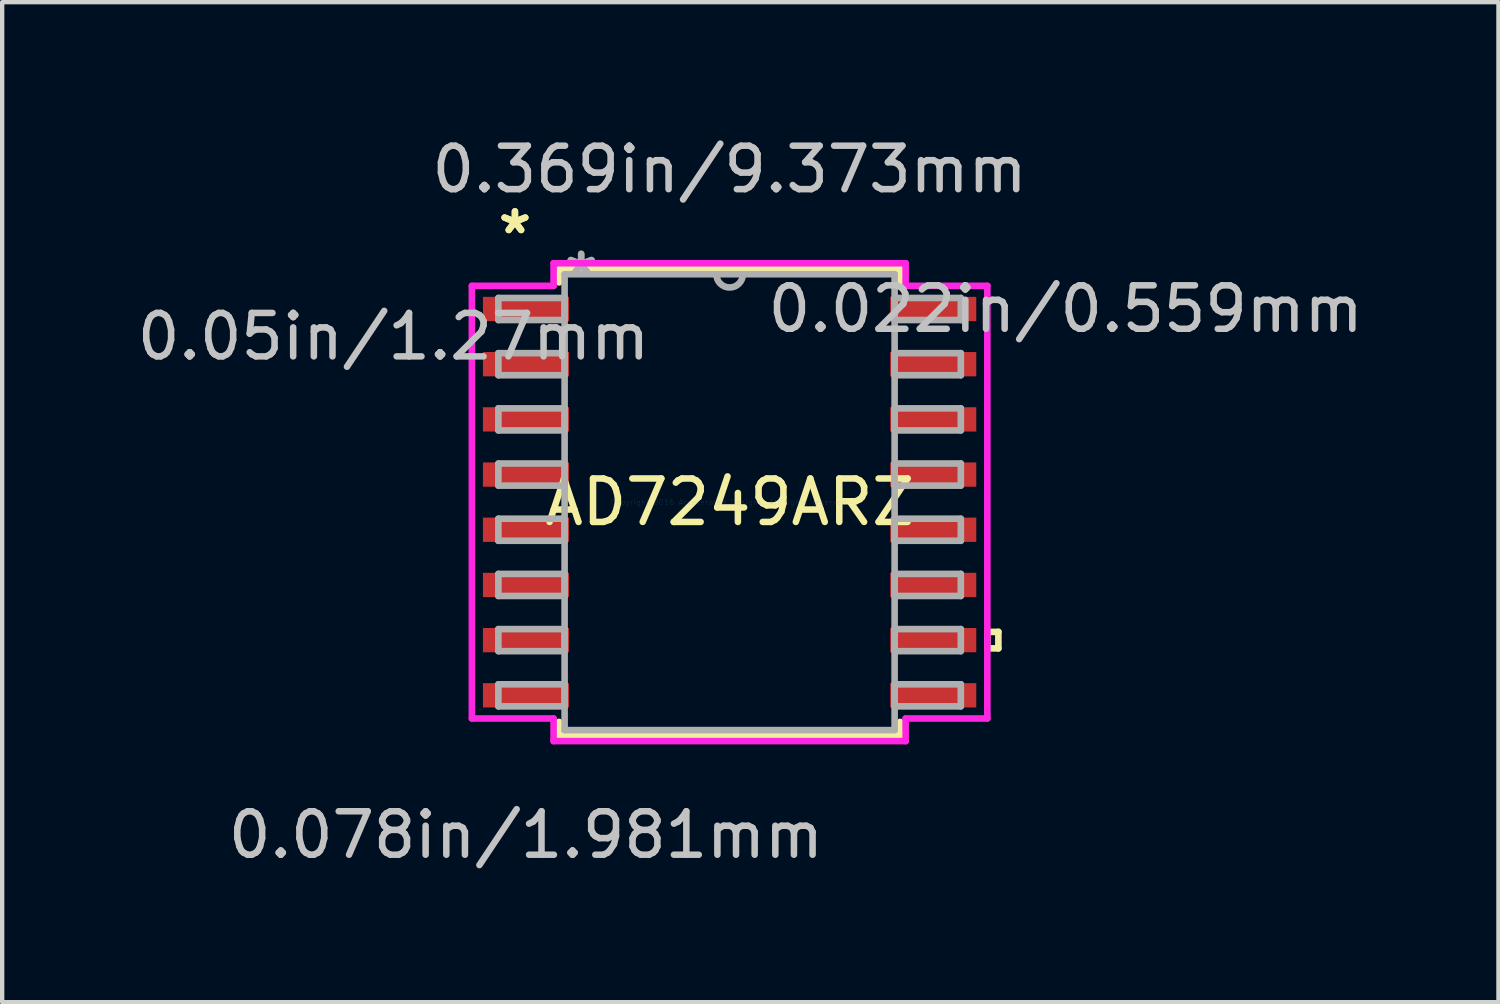
<source format=kicad_pcb>
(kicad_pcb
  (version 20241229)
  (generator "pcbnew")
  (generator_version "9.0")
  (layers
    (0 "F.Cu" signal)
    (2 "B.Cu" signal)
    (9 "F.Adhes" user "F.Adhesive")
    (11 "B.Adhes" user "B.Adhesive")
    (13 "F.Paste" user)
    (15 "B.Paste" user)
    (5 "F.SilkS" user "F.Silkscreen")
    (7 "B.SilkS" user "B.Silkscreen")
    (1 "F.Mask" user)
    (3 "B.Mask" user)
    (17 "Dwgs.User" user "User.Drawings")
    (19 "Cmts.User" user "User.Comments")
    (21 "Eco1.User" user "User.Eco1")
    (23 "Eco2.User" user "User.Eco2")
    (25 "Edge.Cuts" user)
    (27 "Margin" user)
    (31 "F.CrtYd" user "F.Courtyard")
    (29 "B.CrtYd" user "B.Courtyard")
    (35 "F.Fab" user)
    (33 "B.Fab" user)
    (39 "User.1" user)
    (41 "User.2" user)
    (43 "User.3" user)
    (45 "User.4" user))
  (footprint "AD7249ARZ"
    (layer "F.Cu")
    (at 13.74 8.506)
    (property "Reference" "AD7249ARZ" (at 0 0 0) (layer "F.SilkS") (effects (font (size 1 1) (thickness 0.15))))
    (attr through_hole)
    (fp_line (start -3.924 -5.372) (end -3.924 -5.057) (stroke (width 0.152) (type solid)) (layer "F.SilkS"))
    (fp_line (start -3.924 5.057) (end -3.924 5.372) (stroke (width 0.152) (type solid)) (layer "F.SilkS"))
    (fp_line (start -3.924 5.372) (end 3.924 5.372) (stroke (width 0.152) (type solid)) (layer "F.SilkS"))
    (fp_line (start 3.924 -5.372) (end -3.924 -5.372) (stroke (width 0.152) (type solid)) (layer "F.SilkS"))
    (fp_line (start 3.924 -5.057) (end 3.924 -5.372) (stroke (width 0.152) (type solid)) (layer "F.SilkS"))
    (fp_line (start 3.924 5.372) (end 3.924 5.057) (stroke (width 0.152) (type solid)) (layer "F.SilkS"))
    (fp_line (start 5.931 2.985) (end 6.185 2.985) (stroke (width 0.152) (type solid)) (layer "F.SilkS"))
    (fp_line (start 5.931 3.365) (end 5.931 2.985) (stroke (width 0.152) (type solid)) (layer "F.SilkS"))
    (fp_line (start 6.185 2.985) (end 6.185 3.365) (stroke (width 0.152) (type solid)) (layer "F.SilkS"))
    (fp_line (start 6.185 3.365) (end 5.931 3.365) (stroke (width 0.152) (type solid)) (layer "F.SilkS"))
    (fp_line (start -5.931 -4.978) (end -4.051 -4.978) (stroke (width 0.152) (type solid)) (layer "F.CrtYd"))
    (fp_line (start -5.931 4.978) (end -5.931 -4.978) (stroke (width 0.152) (type solid)) (layer "F.CrtYd"))
    (fp_line (start -4.051 -5.499) (end 4.051 -5.499) (stroke (width 0.152) (type solid)) (layer "F.CrtYd"))
    (fp_line (start -4.051 -4.978) (end -4.051 -5.499) (stroke (width 0.152) (type solid)) (layer "F.CrtYd"))
    (fp_line (start -4.051 4.978) (end -5.931 4.978) (stroke (width 0.152) (type solid)) (layer "F.CrtYd"))
    (fp_line (start -4.051 5.499) (end -4.051 4.978) (stroke (width 0.152) (type solid)) (layer "F.CrtYd"))
    (fp_line (start 4.051 -5.499) (end 4.051 -4.978) (stroke (width 0.152) (type solid)) (layer "F.CrtYd"))
    (fp_line (start 4.051 -4.978) (end 5.931 -4.978) (stroke (width 0.152) (type solid)) (layer "F.CrtYd"))
    (fp_line (start 4.051 4.978) (end 4.051 5.499) (stroke (width 0.152) (type solid)) (layer "F.CrtYd"))
    (fp_line (start 4.051 5.499) (end -4.051 5.499) (stroke (width 0.152) (type solid)) (layer "F.CrtYd"))
    (fp_line (start 5.931 -4.978) (end 5.931 4.978) (stroke (width 0.152) (type solid)) (layer "F.CrtYd"))
    (fp_line (start 5.931 4.978) (end 4.051 4.978) (stroke (width 0.152) (type solid)) (layer "F.CrtYd"))
    (fp_line (start -5.321 -4.699) (end -5.321 -4.191) (stroke (width 0.152) (type solid)) (layer "F.Fab"))
    (fp_line (start -5.321 -4.191) (end -3.797 -4.191) (stroke (width 0.152) (type solid)) (layer "F.Fab"))
    (fp_line (start -5.321 -3.429) (end -5.321 -2.921) (stroke (width 0.152) (type solid)) (layer "F.Fab"))
    (fp_line (start -5.321 -2.921) (end -3.797 -2.921) (stroke (width 0.152) (type solid)) (layer "F.Fab"))
    (fp_line (start -5.321 -2.159) (end -5.321 -1.651) (stroke (width 0.152) (type solid)) (layer "F.Fab"))
    (fp_line (start -5.321 -1.651) (end -3.797 -1.651) (stroke (width 0.152) (type solid)) (layer "F.Fab"))
    (fp_line (start -5.321 -0.889) (end -5.321 -0.381) (stroke (width 0.152) (type solid)) (layer "F.Fab"))
    (fp_line (start -5.321 -0.381) (end -3.797 -0.381) (stroke (width 0.152) (type solid)) (layer "F.Fab"))
    (fp_line (start -5.321 0.381) (end -5.321 0.889) (stroke (width 0.152) (type solid)) (layer "F.Fab"))
    (fp_line (start -5.321 0.889) (end -3.797 0.889) (stroke (width 0.152) (type solid)) (layer "F.Fab"))
    (fp_line (start -5.321 1.651) (end -5.321 2.159) (stroke (width 0.152) (type solid)) (layer "F.Fab"))
    (fp_line (start -5.321 2.159) (end -3.797 2.159) (stroke (width 0.152) (type solid)) (layer "F.Fab"))
    (fp_line (start -5.321 2.921) (end -5.321 3.429) (stroke (width 0.152) (type solid)) (layer "F.Fab"))
    (fp_line (start -5.321 3.429) (end -3.797 3.429) (stroke (width 0.152) (type solid)) (layer "F.Fab"))
    (fp_line (start -5.321 4.191) (end -5.321 4.699) (stroke (width 0.152) (type solid)) (layer "F.Fab"))
    (fp_line (start -5.321 4.699) (end -3.797 4.699) (stroke (width 0.152) (type solid)) (layer "F.Fab"))
    (fp_line (start -3.797 -5.245) (end -3.797 5.245) (stroke (width 0.152) (type solid)) (layer "F.Fab"))
    (fp_line (start -3.797 -4.699) (end -5.321 -4.699) (stroke (width 0.152) (type solid)) (layer "F.Fab"))
    (fp_line (start -3.797 -4.191) (end -3.797 -4.699) (stroke (width 0.152) (type solid)) (layer "F.Fab"))
    (fp_line (start -3.797 -3.429) (end -5.321 -3.429) (stroke (width 0.152) (type solid)) (layer "F.Fab"))
    (fp_line (start -3.797 -2.921) (end -3.797 -3.429) (stroke (width 0.152) (type solid)) (layer "F.Fab"))
    (fp_line (start -3.797 -2.159) (end -5.321 -2.159) (stroke (width 0.152) (type solid)) (layer "F.Fab"))
    (fp_line (start -3.797 -1.651) (end -3.797 -2.159) (stroke (width 0.152) (type solid)) (layer "F.Fab"))
    (fp_line (start -3.797 -0.889) (end -5.321 -0.889) (stroke (width 0.152) (type solid)) (layer "F.Fab"))
    (fp_line (start -3.797 -0.381) (end -3.797 -0.889) (stroke (width 0.152) (type solid)) (layer "F.Fab"))
    (fp_line (start -3.797 0.381) (end -5.321 0.381) (stroke (width 0.152) (type solid)) (layer "F.Fab"))
    (fp_line (start -3.797 0.889) (end -3.797 0.381) (stroke (width 0.152) (type solid)) (layer "F.Fab"))
    (fp_line (start -3.797 1.651) (end -5.321 1.651) (stroke (width 0.152) (type solid)) (layer "F.Fab"))
    (fp_line (start -3.797 2.159) (end -3.797 1.651) (stroke (width 0.152) (type solid)) (layer "F.Fab"))
    (fp_line (start -3.797 2.921) (end -5.321 2.921) (stroke (width 0.152) (type solid)) (layer "F.Fab"))
    (fp_line (start -3.797 3.429) (end -3.797 2.921) (stroke (width 0.152) (type solid)) (layer "F.Fab"))
    (fp_line (start -3.797 4.191) (end -5.321 4.191) (stroke (width 0.152) (type solid)) (layer "F.Fab"))
    (fp_line (start -3.797 4.699) (end -3.797 4.191) (stroke (width 0.152) (type solid)) (layer "F.Fab"))
    (fp_line (start -3.797 5.245) (end 3.797 5.245) (stroke (width 0.152) (type solid)) (layer "F.Fab"))
    (fp_line (start 3.797 -5.245) (end -3.797 -5.245) (stroke (width 0.152) (type solid)) (layer "F.Fab"))
    (fp_line (start 3.797 -4.699) (end 3.797 -4.191) (stroke (width 0.152) (type solid)) (layer "F.Fab"))
    (fp_line (start 3.797 -4.191) (end 5.321 -4.191) (stroke (width 0.152) (type solid)) (layer "F.Fab"))
    (fp_line (start 3.797 -3.429) (end 3.797 -2.921) (stroke (width 0.152) (type solid)) (layer "F.Fab"))
    (fp_line (start 3.797 -2.921) (end 5.321 -2.921) (stroke (width 0.152) (type solid)) (layer "F.Fab"))
    (fp_line (start 3.797 -2.159) (end 3.797 -1.651) (stroke (width 0.152) (type solid)) (layer "F.Fab"))
    (fp_line (start 3.797 -1.651) (end 5.321 -1.651) (stroke (width 0.152) (type solid)) (layer "F.Fab"))
    (fp_line (start 3.797 -0.889) (end 3.797 -0.381) (stroke (width 0.152) (type solid)) (layer "F.Fab"))
    (fp_line (start 3.797 -0.381) (end 5.321 -0.381) (stroke (width 0.152) (type solid)) (layer "F.Fab"))
    (fp_line (start 3.797 0.381) (end 3.797 0.889) (stroke (width 0.152) (type solid)) (layer "F.Fab"))
    (fp_line (start 3.797 0.889) (end 5.321 0.889) (stroke (width 0.152) (type solid)) (layer "F.Fab"))
    (fp_line (start 3.797 1.651) (end 3.797 2.159) (stroke (width 0.152) (type solid)) (layer "F.Fab"))
    (fp_line (start 3.797 2.159) (end 5.321 2.159) (stroke (width 0.152) (type solid)) (layer "F.Fab"))
    (fp_line (start 3.797 2.921) (end 3.797 3.429) (stroke (width 0.152) (type solid)) (layer "F.Fab"))
    (fp_line (start 3.797 3.429) (end 5.321 3.429) (stroke (width 0.152) (type solid)) (layer "F.Fab"))
    (fp_line (start 3.797 4.191) (end 3.797 4.699) (stroke (width 0.152) (type solid)) (layer "F.Fab"))
    (fp_line (start 3.797 4.699) (end 5.321 4.699) (stroke (width 0.152) (type solid)) (layer "F.Fab"))
    (fp_line (start 3.797 5.245) (end 3.797 -5.245) (stroke (width 0.152) (type solid)) (layer "F.Fab"))
    (fp_line (start 5.321 -4.699) (end 3.797 -4.699) (stroke (width 0.152) (type solid)) (layer "F.Fab"))
    (fp_line (start 5.321 -4.191) (end 5.321 -4.699) (stroke (width 0.152) (type solid)) (layer "F.Fab"))
    (fp_line (start 5.321 -3.429) (end 3.797 -3.429) (stroke (width 0.152) (type solid)) (layer "F.Fab"))
    (fp_line (start 5.321 -2.921) (end 5.321 -3.429) (stroke (width 0.152) (type solid)) (layer "F.Fab"))
    (fp_line (start 5.321 -2.159) (end 3.797 -2.159) (stroke (width 0.152) (type solid)) (layer "F.Fab"))
    (fp_line (start 5.321 -1.651) (end 5.321 -2.159) (stroke (width 0.152) (type solid)) (layer "F.Fab"))
    (fp_line (start 5.321 -0.889) (end 3.797 -0.889) (stroke (width 0.152) (type solid)) (layer "F.Fab"))
    (fp_line (start 5.321 -0.381) (end 5.321 -0.889) (stroke (width 0.152) (type solid)) (layer "F.Fab"))
    (fp_line (start 5.321 0.381) (end 3.797 0.381) (stroke (width 0.152) (type solid)) (layer "F.Fab"))
    (fp_line (start 5.321 0.889) (end 5.321 0.381) (stroke (width 0.152) (type solid)) (layer "F.Fab"))
    (fp_line (start 5.321 1.651) (end 3.797 1.651) (stroke (width 0.152) (type solid)) (layer "F.Fab"))
    (fp_line (start 5.321 2.159) (end 5.321 1.651) (stroke (width 0.152) (type solid)) (layer "F.Fab"))
    (fp_line (start 5.321 2.921) (end 3.797 2.921) (stroke (width 0.152) (type solid)) (layer "F.Fab"))
    (fp_line (start 5.321 3.429) (end 5.321 2.921) (stroke (width 0.152) (type solid)) (layer "F.Fab"))
    (fp_line (start 5.321 4.191) (end 3.797 4.191) (stroke (width 0.152) (type solid)) (layer "F.Fab"))
    (fp_line (start 5.321 4.699) (end 5.321 4.191) (stroke (width 0.152) (type solid)) (layer "F.Fab"))
    (fp_arc (start 0.3048 -5.2451) (mid 0 -4.9403) (end -0.3048 -5.2451) (stroke (width 0.1524) (type solid)) (layer "F.Fab"))
    (fp_text user "*" (at -4.94 -6.147 0) (layer "F.SilkS") (effects (font (size 1 1) (thickness 0.15))))
    (fp_text user "*" (at -4.94 -6.147 0) (layer "F.SilkS") (effects (font (size 1 1) (thickness 0.15))))
    (fp_text user "0.078in/1.981mm" (at -4.686 7.658 0) (layer "Dwgs.User") (effects (font (size 1 1) (thickness 0.15))))
    (fp_text user "0.369in/9.373mm" (at 0 -7.658 0) (layer "Dwgs.User") (effects (font (size 1 1) (thickness 0.15))))
    (fp_text user "0.05in/1.27mm" (at -7.734 -3.81 0) (layer "Dwgs.User") (effects (font (size 1 1) (thickness 0.15))))
    (fp_text user "0.022in/0.559mm" (at 7.734 -4.445 0) (layer "Dwgs.User") (effects (font (size 1 1) (thickness 0.15))))
    (fp_text user "Copyright 2016 Accelerated Designs. All rights reserved." (at 0 0 0) (layer "Cmts.User") (effects (font (size 0.127 0.127) (thickness 0.002))))
    (fp_text user "*" (at -3.416 -5.169 0) (layer "F.Fab") (effects (font (size 1 1) (thickness 0.15))))
    (fp_text user "*" (at -3.416 -5.169 0) (layer "F.Fab") (effects (font (size 1 1) (thickness 0.15))))
    (pad "1" smd rect (at -4.686 -4.445) (size 1.981 0.559) (layers "F.Cu" "F.Mask" "F.Paste"))
    (pad "2" smd rect (at -4.686 -3.175) (size 1.981 0.559) (layers "F.Cu" "F.Mask" "F.Paste"))
    (pad "3" smd rect (at -4.686 -1.905) (size 1.981 0.559) (layers "F.Cu" "F.Mask" "F.Paste"))
    (pad "4" smd rect (at -4.686 -0.635) (size 1.981 0.559) (layers "F.Cu" "F.Mask" "F.Paste"))
    (pad "5" smd rect (at -4.686 0.635) (size 1.981 0.559) (layers "F.Cu" "F.Mask" "F.Paste"))
    (pad "6" smd rect (at -4.686 1.905) (size 1.981 0.559) (layers "F.Cu" "F.Mask" "F.Paste"))
    (pad "7" smd rect (at -4.686 3.175) (size 1.981 0.559) (layers "F.Cu" "F.Mask" "F.Paste"))
    (pad "8" smd rect (at -4.686 4.445) (size 1.981 0.559) (layers "F.Cu" "F.Mask" "F.Paste"))
    (pad "9" smd rect (at 4.686 4.445) (size 1.981 0.559) (layers "F.Cu" "F.Mask" "F.Paste"))
    (pad "10" smd rect (at 4.686 3.175) (size 1.981 0.559) (layers "F.Cu" "F.Mask" "F.Paste"))
    (pad "11" smd rect (at 4.686 1.905) (size 1.981 0.559) (layers "F.Cu" "F.Mask" "F.Paste"))
    (pad "12" smd rect (at 4.686 0.635) (size 1.981 0.559) (layers "F.Cu" "F.Mask" "F.Paste"))
    (pad "13" smd rect (at 4.686 -0.635) (size 1.981 0.559) (layers "F.Cu" "F.Mask" "F.Paste"))
    (pad "14" smd rect (at 4.686 -1.905) (size 1.981 0.559) (layers "F.Cu" "F.Mask" "F.Paste"))
    (pad "15" smd rect (at 4.686 -3.175) (size 1.981 0.559) (layers "F.Cu" "F.Mask" "F.Paste"))
    (pad "16" smd rect (at 4.686 -4.445) (size 1.981 0.559) (layers "F.Cu" "F.Mask" "F.Paste")))
  (gr_rect
    (start -3 -3)
    (end 31.433 20.013)
    (stroke (width 0.1) (type default))
    (fill no)
    (layer "Edge.Cuts")))
</source>
